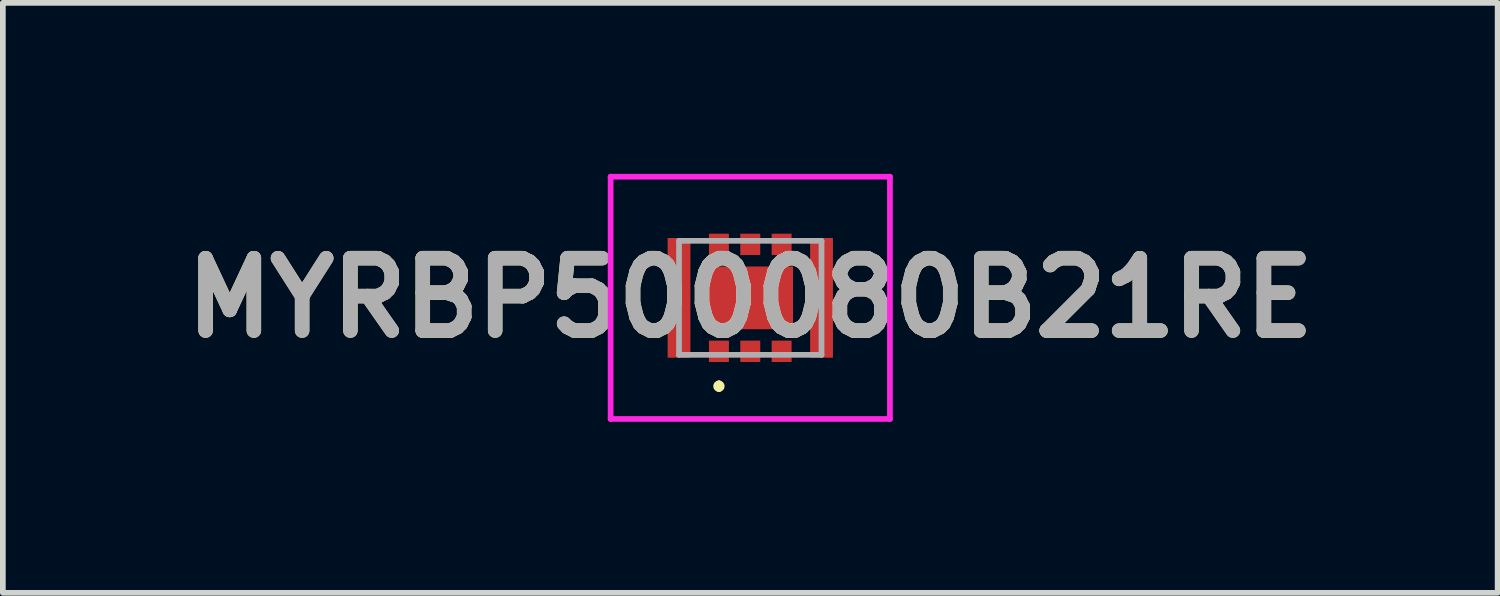
<source format=kicad_pcb>
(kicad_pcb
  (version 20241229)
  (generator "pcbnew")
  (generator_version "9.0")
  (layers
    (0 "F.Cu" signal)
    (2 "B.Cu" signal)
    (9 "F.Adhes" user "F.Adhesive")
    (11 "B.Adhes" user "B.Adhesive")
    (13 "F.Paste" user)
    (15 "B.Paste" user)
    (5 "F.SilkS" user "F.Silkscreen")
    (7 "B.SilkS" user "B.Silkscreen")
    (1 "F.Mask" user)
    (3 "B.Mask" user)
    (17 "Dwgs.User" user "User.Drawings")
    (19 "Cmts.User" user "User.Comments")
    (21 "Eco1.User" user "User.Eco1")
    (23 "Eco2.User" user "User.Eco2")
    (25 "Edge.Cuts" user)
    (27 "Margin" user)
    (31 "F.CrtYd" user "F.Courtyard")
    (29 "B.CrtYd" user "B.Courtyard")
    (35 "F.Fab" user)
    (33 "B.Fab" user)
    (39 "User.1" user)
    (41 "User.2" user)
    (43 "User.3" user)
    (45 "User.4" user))
  (footprint "MYRBP500080B21RE"
    (layer "F.Cu")
    (at 10.112 2.175)
    (property "Reference" "MYRBP500080B21RE" (at 0 0 0) (layer "F.SilkS") (effects (font (size 1.27 1.27) (thickness 0.254))))
    (attr smd)
    (fp_line (start -0.55 1.5) (end -0.55 1.5) (stroke (width 0.1) (type solid)) (layer "F.SilkS"))
    (fp_line (start -0.55 1.6) (end -0.55 1.6) (stroke (width 0.1) (type solid)) (layer "F.SilkS"))
    (fp_arc (start -0.55 1.5) (mid -0.5 1.55) (end -0.55 1.6) (stroke (width 0.1) (type solid)) (layer "F.SilkS"))
    (fp_arc (start -0.55 1.6) (mid -0.6 1.55) (end -0.55 1.5) (stroke (width 0.1) (type solid)) (layer "F.SilkS"))
    (fp_line (start -2.45 -2.125) (end 2.45 -2.125) (stroke (width 0.1) (type solid)) (layer "F.CrtYd"))
    (fp_line (start -2.45 2.125) (end -2.45 -2.125) (stroke (width 0.1) (type solid)) (layer "F.CrtYd"))
    (fp_line (start 2.45 -2.125) (end 2.45 2.125) (stroke (width 0.1) (type solid)) (layer "F.CrtYd"))
    (fp_line (start 2.45 2.125) (end -2.45 2.125) (stroke (width 0.1) (type solid)) (layer "F.CrtYd"))
    (fp_line (start -1.25 -1) (end -1.25 1) (stroke (width 0.1) (type solid)) (layer "F.Fab"))
    (fp_line (start -1.25 1) (end 1.25 1) (stroke (width 0.1) (type solid)) (layer "F.Fab"))
    (fp_line (start 1.25 -1) (end -1.25 -1) (stroke (width 0.1) (type solid)) (layer "F.Fab"))
    (fp_line (start 1.25 1) (end 1.25 -1) (stroke (width 0.1) (type solid)) (layer "F.Fab"))
    (fp_text user "${REFERENCE}" (at 0 0 0) (layer "F.Fab") (effects (font (size 1.27 1.27) (thickness 0.254))))
    (pad "1" smd rect (at -0.55 0.938) (size 0.35 0.375) (layers "F.Cu" "F.Mask" "F.Paste"))
    (pad "2" smd rect (at 0 0.938) (size 0.35 0.375) (layers "F.Cu" "F.Mask" "F.Paste"))
    (pad "3" smd rect (at 0.55 0.938) (size 0.35 0.375) (layers "F.Cu" "F.Mask" "F.Paste"))
    (pad "4" smd rect (at 0.55 -0.938) (size 0.35 0.375) (layers "F.Cu" "F.Mask" "F.Paste"))
    (pad "5" smd rect (at 0 -0.938) (size 0.35 0.375) (layers "F.Cu" "F.Mask" "F.Paste"))
    (pad "6" smd rect (at -0.55 -0.938) (size 0.35 0.375) (layers "F.Cu" "F.Mask" "F.Paste"))
    (pad "7" smd rect (at -1.25 0) (size 0.4 2.1) (layers "F.Cu" "F.Mask" "F.Paste"))
    (pad "8" smd rect (at 1.25 0) (size 0.4 2.1) (layers "F.Cu" "F.Mask" "F.Paste"))
    (pad "9" smd rect (at 0 0 90) (size 1.1 1.5) (layers "F.Cu" "F.Mask" "F.Paste")))
  (gr_rect
    (start -3 -3)
    (end 23.223 7.35)
    (stroke (width 0.1) (type default))
    (fill no)
    (layer "Edge.Cuts")))
</source>
